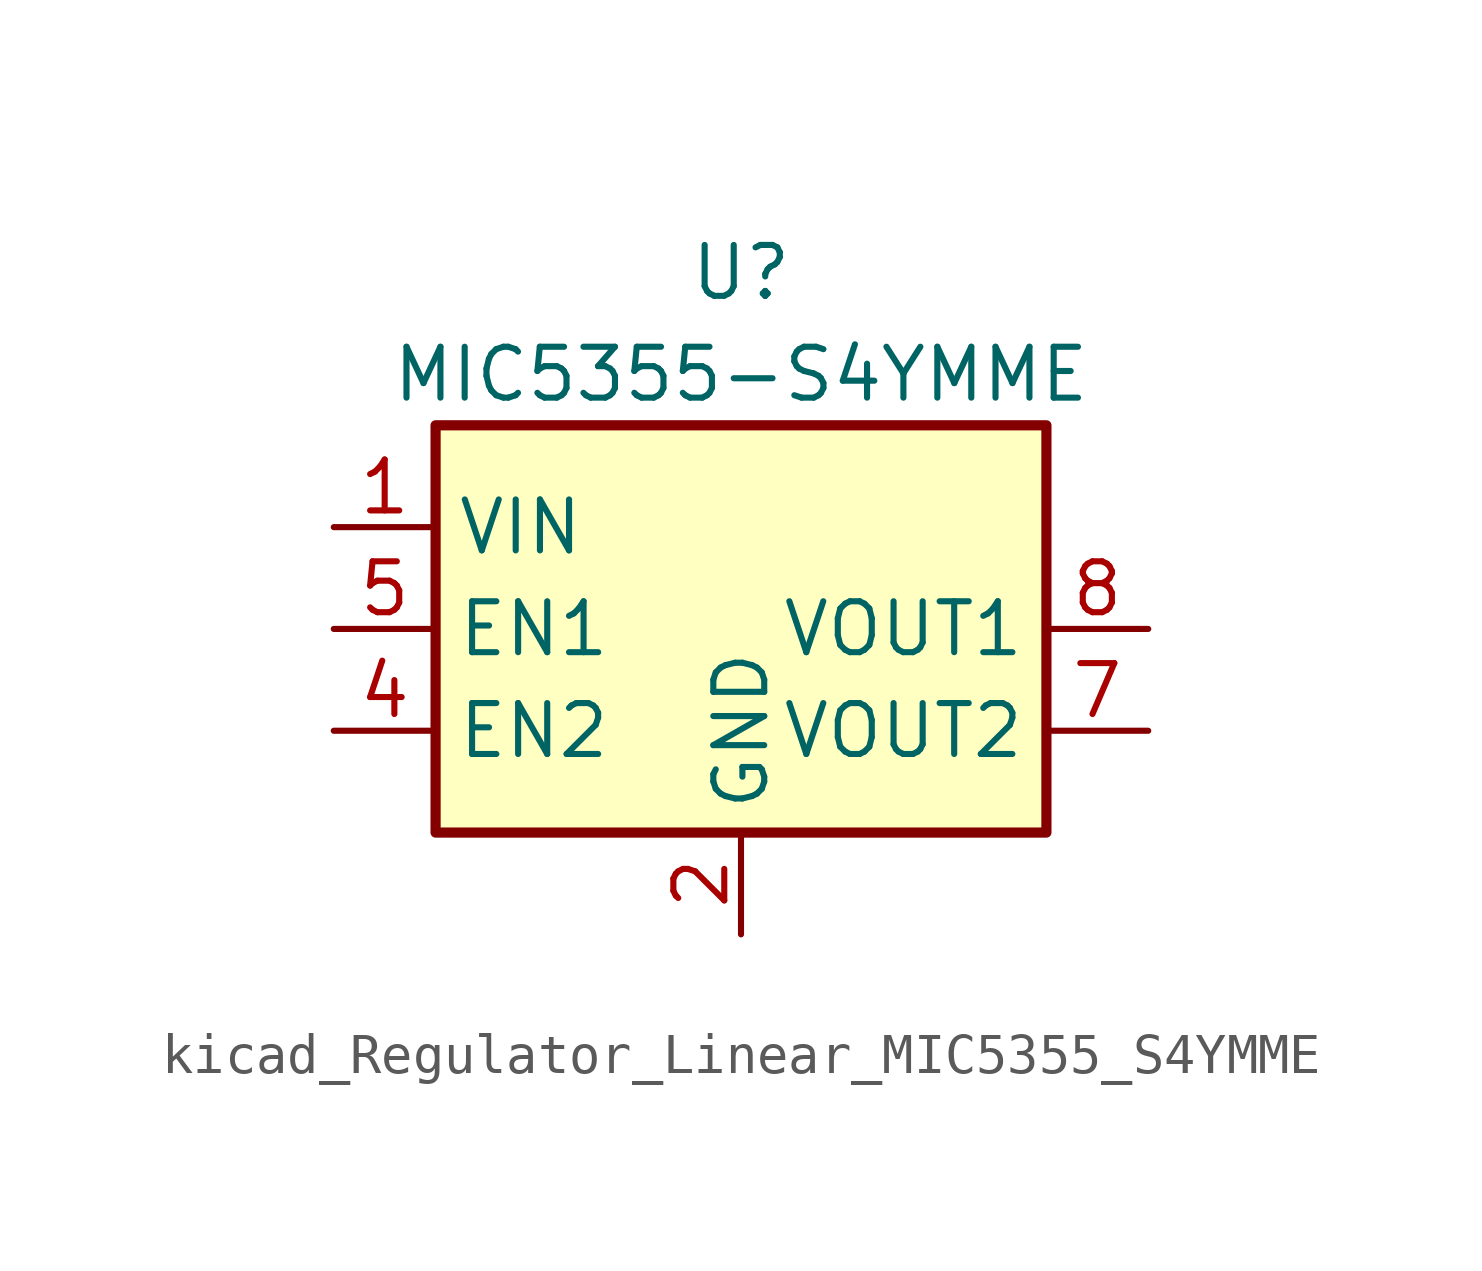
<source format=kicad_sym>
(kicad_symbol_lib
  (version 20220914)
  (generator kicad_symbol_editor)
  (symbol "kicad_Regulator_Linear_MIC5355_S4YMME"
    (property "Reference" "U"
      (at 0 8.89 0)
      (effects (font (size 1.27 1.27))))
    (property "Value" "MIC5355-S4YMME"
      (at 0 6.35 0)
      (effects (font (size 1.27 1.27))))
    (symbol "kicad_Regulator_Linear_MIC5355_S4YMME_0_1"
      (rectangle (start -7.62 5.08) (end 7.62 -5.08) (stroke (width 0.254) (type default)) (fill (type background))))
    (symbol "kicad_Regulator_Linear_MIC5355_S4YMME_1_1"
      (pin power_in line (at -10.16 2.54 0) (length 2.54) (name "VIN" (effects (font (size 1.27 1.27)))) (number "1" (effects (font (size 1.27 1.27)))))
      (pin power_in line (at 0 -7.62 90) (length 2.54) (name "GND" (effects (font (size 1.27 1.27)))) (number "2" (effects (font (size 1.27 1.27)))))
      (pin no_connect line (at 0 5.08 270) (length 2.54) hide (name "NC" (effects (font (size 1.27 1.27)))) (number "3" (effects (font (size 1.27 1.27)))))
      (pin input line (at -10.16 -2.54 0) (length 2.54) (name "EN2" (effects (font (size 1.27 1.27)))) (number "4" (effects (font (size 1.27 1.27)))))
      (pin input line (at -10.16 0 0) (length 2.54) (name "EN1" (effects (font (size 1.27 1.27)))) (number "5" (effects (font (size 1.27 1.27)))))
      (pin no_connect line (at 7.62 2.54 180) (length 2.54) hide (name "NC" (effects (font (size 1.27 1.27)))) (number "6" (effects (font (size 1.27 1.27)))))
      (pin power_out line (at 10.16 -2.54 180) (length 2.54) (name "VOUT2" (effects (font (size 1.27 1.27)))) (number "7" (effects (font (size 1.27 1.27)))))
      (pin power_out line (at 10.16 0 180) (length 2.54) (name "VOUT1" (effects (font (size 1.27 1.27)))) (number "8" (effects (font (size 1.27 1.27)))))
      (pin passive line (at 0 -7.62 90) (length 2.54) hide (name "GND" (effects (font (size 1.27 1.27)))) (number "9" (effects (font (size 1.27 1.27))))))))
</source>
